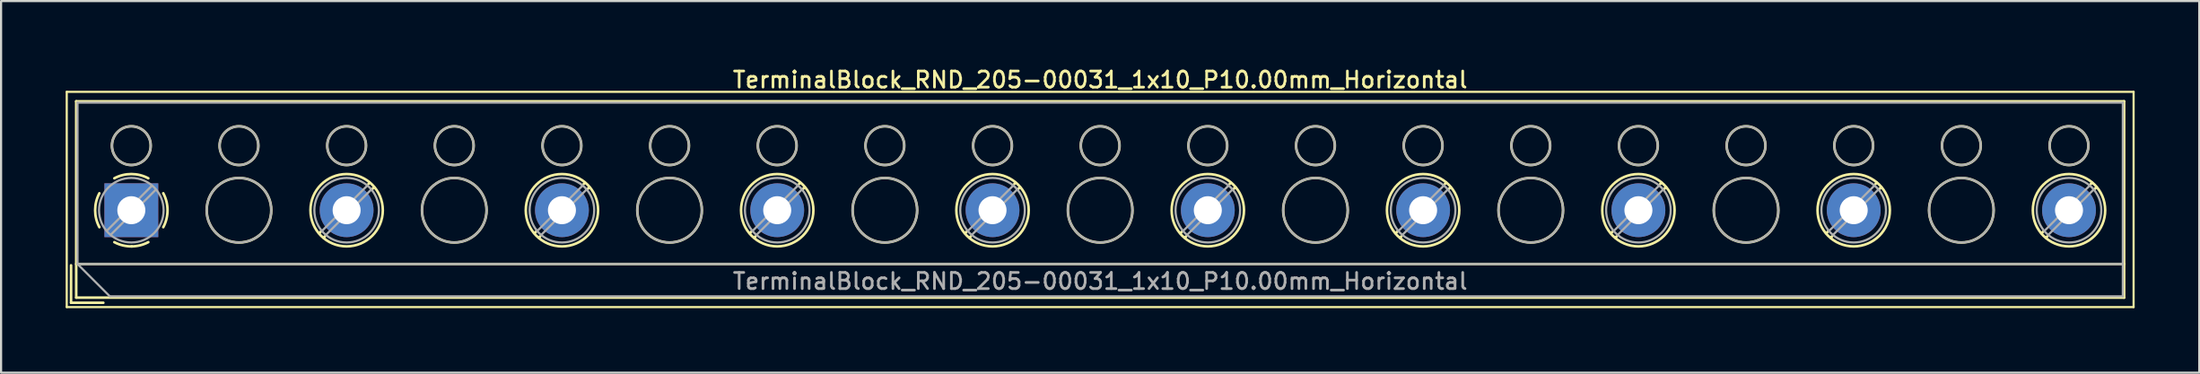
<source format=kicad_pcb>
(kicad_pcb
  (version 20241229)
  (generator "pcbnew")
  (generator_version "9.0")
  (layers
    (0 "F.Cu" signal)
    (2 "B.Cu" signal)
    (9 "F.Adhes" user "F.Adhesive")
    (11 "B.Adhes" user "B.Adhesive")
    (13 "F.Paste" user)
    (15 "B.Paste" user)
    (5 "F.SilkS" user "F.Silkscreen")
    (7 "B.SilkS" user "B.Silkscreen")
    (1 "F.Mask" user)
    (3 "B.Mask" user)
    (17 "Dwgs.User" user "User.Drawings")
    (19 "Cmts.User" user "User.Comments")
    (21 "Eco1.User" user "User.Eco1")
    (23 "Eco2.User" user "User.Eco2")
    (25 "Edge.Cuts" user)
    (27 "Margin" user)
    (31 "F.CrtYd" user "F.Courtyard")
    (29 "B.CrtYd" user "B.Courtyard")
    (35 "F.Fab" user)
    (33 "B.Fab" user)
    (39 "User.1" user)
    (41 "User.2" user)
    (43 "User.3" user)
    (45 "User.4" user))
  (footprint "TerminalBlock_RND_205-00031_1x10_P10.00mm_Horizontal"
    (layer "F.Cu")
    (at 3.05 6.718)
    (property "Reference" "TerminalBlock_RND_205-00031_1x10_P10.00mm_Horizontal" (at 45 -6.06 0) (layer "F.SilkS") (effects (font (size 0.75 0.75) (thickness 0.125))))
    (attr through_hole)
    (fp_line (start -3 -5.5) (end -3 4.5) (stroke (width 0.1) (type solid)) (layer "F.SilkS"))
    (fp_line (start -3 4.5) (end 93 4.5) (stroke (width 0.1) (type solid)) (layer "F.SilkS"))
    (fp_line (start -2.8 2.56) (end -2.8 4.3) (stroke (width 0.12) (type solid)) (layer "F.SilkS"))
    (fp_line (start -2.8 4.3) (end -1.3 4.3) (stroke (width 0.12) (type solid)) (layer "F.SilkS"))
    (fp_line (start -2.56 -5.06) (end -2.56 4.06) (stroke (width 0.12) (type solid)) (layer "F.SilkS"))
    (fp_line (start -2.56 -5.06) (end 92.56 -5.06) (stroke (width 0.12) (type solid)) (layer "F.SilkS"))
    (fp_line (start -2.56 2.5) (end 92.56 2.5) (stroke (width 0.12) (type solid)) (layer "F.SilkS"))
    (fp_line (start -2.56 4.06) (end 92.56 4.06) (stroke (width 0.12) (type solid)) (layer "F.SilkS"))
    (fp_line (start 8.82 0.976) (end 8.726 1.069) (stroke (width 0.12) (type solid)) (layer "F.SilkS"))
    (fp_line (start 8.99 1.216) (end 8.931 1.274) (stroke (width 0.12) (type solid)) (layer "F.SilkS"))
    (fp_line (start 11.07 -1.275) (end 11.011 -1.216) (stroke (width 0.12) (type solid)) (layer "F.SilkS"))
    (fp_line (start 11.275 -1.069) (end 11.181 -0.976) (stroke (width 0.12) (type solid)) (layer "F.SilkS"))
    (fp_line (start 18.82 0.976) (end 18.726 1.069) (stroke (width 0.12) (type solid)) (layer "F.SilkS"))
    (fp_line (start 18.99 1.216) (end 18.931 1.274) (stroke (width 0.12) (type solid)) (layer "F.SilkS"))
    (fp_line (start 21.07 -1.275) (end 21.011 -1.216) (stroke (width 0.12) (type solid)) (layer "F.SilkS"))
    (fp_line (start 21.275 -1.069) (end 21.181 -0.976) (stroke (width 0.12) (type solid)) (layer "F.SilkS"))
    (fp_line (start 28.82 0.976) (end 28.726 1.069) (stroke (width 0.12) (type solid)) (layer "F.SilkS"))
    (fp_line (start 28.99 1.216) (end 28.931 1.274) (stroke (width 0.12) (type solid)) (layer "F.SilkS"))
    (fp_line (start 31.07 -1.275) (end 31.011 -1.216) (stroke (width 0.12) (type solid)) (layer "F.SilkS"))
    (fp_line (start 31.275 -1.069) (end 31.181 -0.976) (stroke (width 0.12) (type solid)) (layer "F.SilkS"))
    (fp_line (start 38.82 0.976) (end 38.726 1.069) (stroke (width 0.12) (type solid)) (layer "F.SilkS"))
    (fp_line (start 38.99 1.216) (end 38.931 1.274) (stroke (width 0.12) (type solid)) (layer "F.SilkS"))
    (fp_line (start 41.07 -1.275) (end 41.011 -1.216) (stroke (width 0.12) (type solid)) (layer "F.SilkS"))
    (fp_line (start 41.275 -1.069) (end 41.181 -0.976) (stroke (width 0.12) (type solid)) (layer "F.SilkS"))
    (fp_line (start 48.82 0.976) (end 48.726 1.069) (stroke (width 0.12) (type solid)) (layer "F.SilkS"))
    (fp_line (start 48.99 1.216) (end 48.931 1.274) (stroke (width 0.12) (type solid)) (layer "F.SilkS"))
    (fp_line (start 51.07 -1.275) (end 51.011 -1.216) (stroke (width 0.12) (type solid)) (layer "F.SilkS"))
    (fp_line (start 51.275 -1.069) (end 51.181 -0.976) (stroke (width 0.12) (type solid)) (layer "F.SilkS"))
    (fp_line (start 58.82 0.976) (end 58.726 1.069) (stroke (width 0.12) (type solid)) (layer "F.SilkS"))
    (fp_line (start 58.99 1.216) (end 58.931 1.274) (stroke (width 0.12) (type solid)) (layer "F.SilkS"))
    (fp_line (start 61.07 -1.275) (end 61.011 -1.216) (stroke (width 0.12) (type solid)) (layer "F.SilkS"))
    (fp_line (start 61.275 -1.069) (end 61.181 -0.976) (stroke (width 0.12) (type solid)) (layer "F.SilkS"))
    (fp_line (start 68.82 0.976) (end 68.726 1.069) (stroke (width 0.12) (type solid)) (layer "F.SilkS"))
    (fp_line (start 68.99 1.216) (end 68.931 1.274) (stroke (width 0.12) (type solid)) (layer "F.SilkS"))
    (fp_line (start 71.07 -1.275) (end 71.011 -1.216) (stroke (width 0.12) (type solid)) (layer "F.SilkS"))
    (fp_line (start 71.275 -1.069) (end 71.181 -0.976) (stroke (width 0.12) (type solid)) (layer "F.SilkS"))
    (fp_line (start 78.82 0.976) (end 78.726 1.069) (stroke (width 0.12) (type solid)) (layer "F.SilkS"))
    (fp_line (start 78.99 1.216) (end 78.931 1.274) (stroke (width 0.12) (type solid)) (layer "F.SilkS"))
    (fp_line (start 81.07 -1.275) (end 81.011 -1.216) (stroke (width 0.12) (type solid)) (layer "F.SilkS"))
    (fp_line (start 81.275 -1.069) (end 81.181 -0.976) (stroke (width 0.12) (type solid)) (layer "F.SilkS"))
    (fp_line (start 88.82 0.976) (end 88.726 1.069) (stroke (width 0.12) (type solid)) (layer "F.SilkS"))
    (fp_line (start 88.99 1.216) (end 88.931 1.274) (stroke (width 0.12) (type solid)) (layer "F.SilkS"))
    (fp_line (start 91.07 -1.275) (end 91.011 -1.216) (stroke (width 0.12) (type solid)) (layer "F.SilkS"))
    (fp_line (start 91.275 -1.069) (end 91.181 -0.976) (stroke (width 0.12) (type solid)) (layer "F.SilkS"))
    (fp_line (start 92.56 -5.06) (end 92.56 4.06) (stroke (width 0.12) (type solid)) (layer "F.SilkS"))
    (fp_line (start 93 -5.5) (end -3 -5.5) (stroke (width 0.1) (type solid)) (layer "F.SilkS"))
    (fp_line (start 93 4.5) (end 93 -5.5) (stroke (width 0.1) (type solid)) (layer "F.SilkS"))
    (fp_arc (start -1.483953 0.789089) (mid -1.680708 0.00005) (end -1.484 -0.789) (stroke (width 0.12) (type solid)) (layer "F.SilkS"))
    (fp_arc (start -0.789089 -1.483953) (mid -0.00005 -1.680708) (end 0.789 -1.484) (stroke (width 0.12) (type solid)) (layer "F.SilkS"))
    (fp_arc (start 0.029383 1.68045) (mid -0.392304 1.634281) (end -0.789 1.484) (stroke (width 0.12) (type solid)) (layer "F.SilkS"))
    (fp_arc (start 0.788712 1.483352) (mid 0.406429 1.630097) (end 0 1.68) (stroke (width 0.12) (type solid)) (layer "F.SilkS"))
    (fp_arc (start 1.483953 -0.789089) (mid 1.680708 -0.00005) (end 1.484 0.789) (stroke (width 0.12) (type solid)) (layer "F.SilkS"))
    (fp_circle (center 0 -3) (end 0.9 -3) (stroke (width 0.12) (type solid)) (fill no) (layer "F.SilkS"))
    (fp_circle (center 5 -3) (end 5.9 -3) (stroke (width 0.12) (type solid)) (fill no) (layer "F.SilkS"))
    (fp_circle (center 5 0) (end 6.5 0) (stroke (width 0.12) (type solid)) (fill no) (layer "F.SilkS"))
    (fp_circle (center 10 -3) (end 10.9 -3) (stroke (width 0.12) (type solid)) (fill no) (layer "F.SilkS"))
    (fp_circle (center 10 0) (end 11.68 0) (stroke (width 0.12) (type solid)) (fill no) (layer "F.SilkS"))
    (fp_circle (center 15 -3) (end 15.9 -3) (stroke (width 0.12) (type solid)) (fill no) (layer "F.SilkS"))
    (fp_circle (center 15 0) (end 16.5 0) (stroke (width 0.12) (type solid)) (fill no) (layer "F.SilkS"))
    (fp_circle (center 20 -3) (end 20.9 -3) (stroke (width 0.12) (type solid)) (fill no) (layer "F.SilkS"))
    (fp_circle (center 20 0) (end 21.68 0) (stroke (width 0.12) (type solid)) (fill no) (layer "F.SilkS"))
    (fp_circle (center 25 -3) (end 25.9 -3) (stroke (width 0.12) (type solid)) (fill no) (layer "F.SilkS"))
    (fp_circle (center 25 0) (end 26.5 0) (stroke (width 0.12) (type solid)) (fill no) (layer "F.SilkS"))
    (fp_circle (center 30 -3) (end 30.9 -3) (stroke (width 0.12) (type solid)) (fill no) (layer "F.SilkS"))
    (fp_circle (center 30 0) (end 31.68 0) (stroke (width 0.12) (type solid)) (fill no) (layer "F.SilkS"))
    (fp_circle (center 35 -3) (end 35.9 -3) (stroke (width 0.12) (type solid)) (fill no) (layer "F.SilkS"))
    (fp_circle (center 35 0) (end 36.5 0) (stroke (width 0.12) (type solid)) (fill no) (layer "F.SilkS"))
    (fp_circle (center 40 -3) (end 40.9 -3) (stroke (width 0.12) (type solid)) (fill no) (layer "F.SilkS"))
    (fp_circle (center 40 0) (end 41.68 0) (stroke (width 0.12) (type solid)) (fill no) (layer "F.SilkS"))
    (fp_circle (center 45 -3) (end 45.9 -3) (stroke (width 0.12) (type solid)) (fill no) (layer "F.SilkS"))
    (fp_circle (center 45 0) (end 46.5 0) (stroke (width 0.12) (type solid)) (fill no) (layer "F.SilkS"))
    (fp_circle (center 50 -3) (end 50.9 -3) (stroke (width 0.12) (type solid)) (fill no) (layer "F.SilkS"))
    (fp_circle (center 50 0) (end 51.68 0) (stroke (width 0.12) (type solid)) (fill no) (layer "F.SilkS"))
    (fp_circle (center 55 -3) (end 55.9 -3) (stroke (width 0.12) (type solid)) (fill no) (layer "F.SilkS"))
    (fp_circle (center 55 0) (end 56.5 0) (stroke (width 0.12) (type solid)) (fill no) (layer "F.SilkS"))
    (fp_circle (center 60 -3) (end 60.9 -3) (stroke (width 0.12) (type solid)) (fill no) (layer "F.SilkS"))
    (fp_circle (center 60 0) (end 61.68 0) (stroke (width 0.12) (type solid)) (fill no) (layer "F.SilkS"))
    (fp_circle (center 65 -3) (end 65.9 -3) (stroke (width 0.12) (type solid)) (fill no) (layer "F.SilkS"))
    (fp_circle (center 65 0) (end 66.5 0) (stroke (width 0.12) (type solid)) (fill no) (layer "F.SilkS"))
    (fp_circle (center 70 -3) (end 70.9 -3) (stroke (width 0.12) (type solid)) (fill no) (layer "F.SilkS"))
    (fp_circle (center 70 0) (end 71.68 0) (stroke (width 0.12) (type solid)) (fill no) (layer "F.SilkS"))
    (fp_circle (center 75 -3) (end 75.9 -3) (stroke (width 0.12) (type solid)) (fill no) (layer "F.SilkS"))
    (fp_circle (center 75 0) (end 76.5 0) (stroke (width 0.12) (type solid)) (fill no) (layer "F.SilkS"))
    (fp_circle (center 80 -3) (end 80.9 -3) (stroke (width 0.12) (type solid)) (fill no) (layer "F.SilkS"))
    (fp_circle (center 80 0) (end 81.68 0) (stroke (width 0.12) (type solid)) (fill no) (layer "F.SilkS"))
    (fp_circle (center 85 -3) (end 85.9 -3) (stroke (width 0.12) (type solid)) (fill no) (layer "F.SilkS"))
    (fp_circle (center 85 0) (end 86.5 0) (stroke (width 0.12) (type solid)) (fill no) (layer "F.SilkS"))
    (fp_circle (center 90 -3) (end 90.9 -3) (stroke (width 0.12) (type solid)) (fill no) (layer "F.SilkS"))
    (fp_circle (center 90 0) (end 91.68 0) (stroke (width 0.12) (type solid)) (fill no) (layer "F.SilkS"))
    (fp_line (start -2.5 -5) (end 92.5 -5) (stroke (width 0.1) (type solid)) (layer "F.Fab"))
    (fp_line (start -2.5 2.5) (end -2.5 -5) (stroke (width 0.1) (type solid)) (layer "F.Fab"))
    (fp_line (start -2.5 2.5) (end 92.5 2.5) (stroke (width 0.1) (type solid)) (layer "F.Fab"))
    (fp_line (start -1 4) (end -2.5 2.5) (stroke (width 0.1) (type solid)) (layer "F.Fab"))
    (fp_line (start 0.955 -1.138) (end -1.138 0.955) (stroke (width 0.1) (type solid)) (layer "F.Fab"))
    (fp_line (start 1.138 -0.955) (end -0.955 1.138) (stroke (width 0.1) (type solid)) (layer "F.Fab"))
    (fp_line (start 10.955 -1.138) (end 8.863 0.955) (stroke (width 0.1) (type solid)) (layer "F.Fab"))
    (fp_line (start 11.138 -0.955) (end 9.046 1.138) (stroke (width 0.1) (type solid)) (layer "F.Fab"))
    (fp_line (start 20.955 -1.138) (end 18.863 0.955) (stroke (width 0.1) (type solid)) (layer "F.Fab"))
    (fp_line (start 21.138 -0.955) (end 19.046 1.138) (stroke (width 0.1) (type solid)) (layer "F.Fab"))
    (fp_line (start 30.955 -1.138) (end 28.863 0.955) (stroke (width 0.1) (type solid)) (layer "F.Fab"))
    (fp_line (start 31.138 -0.955) (end 29.046 1.138) (stroke (width 0.1) (type solid)) (layer "F.Fab"))
    (fp_line (start 40.955 -1.138) (end 38.863 0.955) (stroke (width 0.1) (type solid)) (layer "F.Fab"))
    (fp_line (start 41.138 -0.955) (end 39.046 1.138) (stroke (width 0.1) (type solid)) (layer "F.Fab"))
    (fp_line (start 50.955 -1.138) (end 48.863 0.955) (stroke (width 0.1) (type solid)) (layer "F.Fab"))
    (fp_line (start 51.138 -0.955) (end 49.046 1.138) (stroke (width 0.1) (type solid)) (layer "F.Fab"))
    (fp_line (start 60.955 -1.138) (end 58.863 0.955) (stroke (width 0.1) (type solid)) (layer "F.Fab"))
    (fp_line (start 61.138 -0.955) (end 59.046 1.138) (stroke (width 0.1) (type solid)) (layer "F.Fab"))
    (fp_line (start 70.955 -1.138) (end 68.863 0.955) (stroke (width 0.1) (type solid)) (layer "F.Fab"))
    (fp_line (start 71.138 -0.955) (end 69.046 1.138) (stroke (width 0.1) (type solid)) (layer "F.Fab"))
    (fp_line (start 80.955 -1.138) (end 78.863 0.955) (stroke (width 0.1) (type solid)) (layer "F.Fab"))
    (fp_line (start 81.138 -0.955) (end 79.046 1.138) (stroke (width 0.1) (type solid)) (layer "F.Fab"))
    (fp_line (start 90.955 -1.138) (end 88.863 0.955) (stroke (width 0.1) (type solid)) (layer "F.Fab"))
    (fp_line (start 91.138 -0.955) (end 89.046 1.138) (stroke (width 0.1) (type solid)) (layer "F.Fab"))
    (fp_line (start 92.5 -5) (end 92.5 4) (stroke (width 0.1) (type solid)) (layer "F.Fab"))
    (fp_line (start 92.5 4) (end -1 4) (stroke (width 0.1) (type solid)) (layer "F.Fab"))
    (fp_circle (center 0 -3) (end 0.9 -3) (stroke (width 0.1) (type solid)) (fill no) (layer "F.Fab"))
    (fp_circle (center 0 0) (end 1.5 0) (stroke (width 0.1) (type solid)) (fill no) (layer "F.Fab"))
    (fp_circle (center 5 -3) (end 5.9 -3) (stroke (width 0.1) (type solid)) (fill no) (layer "F.Fab"))
    (fp_circle (center 5 0) (end 6.5 0) (stroke (width 0.1) (type solid)) (fill no) (layer "F.Fab"))
    (fp_circle (center 10 -3) (end 10.9 -3) (stroke (width 0.1) (type solid)) (fill no) (layer "F.Fab"))
    (fp_circle (center 10 0) (end 11.5 0) (stroke (width 0.1) (type solid)) (fill no) (layer "F.Fab"))
    (fp_circle (center 15 -3) (end 15.9 -3) (stroke (width 0.1) (type solid)) (fill no) (layer "F.Fab"))
    (fp_circle (center 15 0) (end 16.5 0) (stroke (width 0.1) (type solid)) (fill no) (layer "F.Fab"))
    (fp_circle (center 20 -3) (end 20.9 -3) (stroke (width 0.1) (type solid)) (fill no) (layer "F.Fab"))
    (fp_circle (center 20 0) (end 21.5 0) (stroke (width 0.1) (type solid)) (fill no) (layer "F.Fab"))
    (fp_circle (center 25 -3) (end 25.9 -3) (stroke (width 0.1) (type solid)) (fill no) (layer "F.Fab"))
    (fp_circle (center 25 0) (end 26.5 0) (stroke (width 0.1) (type solid)) (fill no) (layer "F.Fab"))
    (fp_circle (center 30 -3) (end 30.9 -3) (stroke (width 0.1) (type solid)) (fill no) (layer "F.Fab"))
    (fp_circle (center 30 0) (end 31.5 0) (stroke (width 0.1) (type solid)) (fill no) (layer "F.Fab"))
    (fp_circle (center 35 -3) (end 35.9 -3) (stroke (width 0.1) (type solid)) (fill no) (layer "F.Fab"))
    (fp_circle (center 35 0) (end 36.5 0) (stroke (width 0.1) (type solid)) (fill no) (layer "F.Fab"))
    (fp_circle (center 40 -3) (end 40.9 -3) (stroke (width 0.1) (type solid)) (fill no) (layer "F.Fab"))
    (fp_circle (center 40 0) (end 41.5 0) (stroke (width 0.1) (type solid)) (fill no) (layer "F.Fab"))
    (fp_circle (center 45 -3) (end 45.9 -3) (stroke (width 0.1) (type solid)) (fill no) (layer "F.Fab"))
    (fp_circle (center 45 0) (end 46.5 0) (stroke (width 0.1) (type solid)) (fill no) (layer "F.Fab"))
    (fp_circle (center 50 -3) (end 50.9 -3) (stroke (width 0.1) (type solid)) (fill no) (layer "F.Fab"))
    (fp_circle (center 50 0) (end 51.5 0) (stroke (width 0.1) (type solid)) (fill no) (layer "F.Fab"))
    (fp_circle (center 55 -3) (end 55.9 -3) (stroke (width 0.1) (type solid)) (fill no) (layer "F.Fab"))
    (fp_circle (center 55 0) (end 56.5 0) (stroke (width 0.1) (type solid)) (fill no) (layer "F.Fab"))
    (fp_circle (center 60 -3) (end 60.9 -3) (stroke (width 0.1) (type solid)) (fill no) (layer "F.Fab"))
    (fp_circle (center 60 0) (end 61.5 0) (stroke (width 0.1) (type solid)) (fill no) (layer "F.Fab"))
    (fp_circle (center 65 -3) (end 65.9 -3) (stroke (width 0.1) (type solid)) (fill no) (layer "F.Fab"))
    (fp_circle (center 65 0) (end 66.5 0) (stroke (width 0.1) (type solid)) (fill no) (layer "F.Fab"))
    (fp_circle (center 70 -3) (end 70.9 -3) (stroke (width 0.1) (type solid)) (fill no) (layer "F.Fab"))
    (fp_circle (center 70 0) (end 71.5 0) (stroke (width 0.1) (type solid)) (fill no) (layer "F.Fab"))
    (fp_circle (center 75 -3) (end 75.9 -3) (stroke (width 0.1) (type solid)) (fill no) (layer "F.Fab"))
    (fp_circle (center 75 0) (end 76.5 0) (stroke (width 0.1) (type solid)) (fill no) (layer "F.Fab"))
    (fp_circle (center 80 -3) (end 80.9 -3) (stroke (width 0.1) (type solid)) (fill no) (layer "F.Fab"))
    (fp_circle (center 80 0) (end 81.5 0) (stroke (width 0.1) (type solid)) (fill no) (layer "F.Fab"))
    (fp_circle (center 85 -3) (end 85.9 -3) (stroke (width 0.1) (type solid)) (fill no) (layer "F.Fab"))
    (fp_circle (center 85 0) (end 86.5 0) (stroke (width 0.1) (type solid)) (fill no) (layer "F.Fab"))
    (fp_circle (center 90 -3) (end 90.9 -3) (stroke (width 0.1) (type solid)) (fill no) (layer "F.Fab"))
    (fp_circle (center 90 0) (end 91.5 0) (stroke (width 0.1) (type solid)) (fill no) (layer "F.Fab"))
    (fp_text user "${REFERENCE}" (at 45 3.3 0) (layer "F.Fab") (effects (font (size 0.75 0.75) (thickness 0.125))))
    (pad "1" thru_hole rect (at 0 0) (size 2.5 2.5) (drill 1.3) (layers "*.Cu" "*.Mask"))
    (pad "2" thru_hole circle (at 10 0) (size 2.5 2.5) (drill 1.3) (layers "*.Cu" "*.Mask"))
    (pad "3" thru_hole circle (at 20 0) (size 2.5 2.5) (drill 1.3) (layers "*.Cu" "*.Mask"))
    (pad "4" thru_hole circle (at 30 0) (size 2.5 2.5) (drill 1.3) (layers "*.Cu" "*.Mask"))
    (pad "5" thru_hole circle (at 40 0) (size 2.5 2.5) (drill 1.3) (layers "*.Cu" "*.Mask"))
    (pad "6" thru_hole circle (at 50 0) (size 2.5 2.5) (drill 1.3) (layers "*.Cu" "*.Mask"))
    (pad "7" thru_hole circle (at 60 0) (size 2.5 2.5) (drill 1.3) (layers "*.Cu" "*.Mask"))
    (pad "8" thru_hole circle (at 70 0) (size 2.5 2.5) (drill 1.3) (layers "*.Cu" "*.Mask"))
    (pad "9" thru_hole circle (at 80 0) (size 2.5 2.5) (drill 1.3) (layers "*.Cu" "*.Mask"))
    (pad "10" thru_hole circle (at 90 0) (size 2.5 2.5) (drill 1.3) (layers "*.Cu" "*.Mask")))
  (gr_rect
    (start -3 -3)
    (end 99.1 14.268)
    (stroke (width 0.1) (type default))
    (fill no)
    (layer "Edge.Cuts")))
</source>
